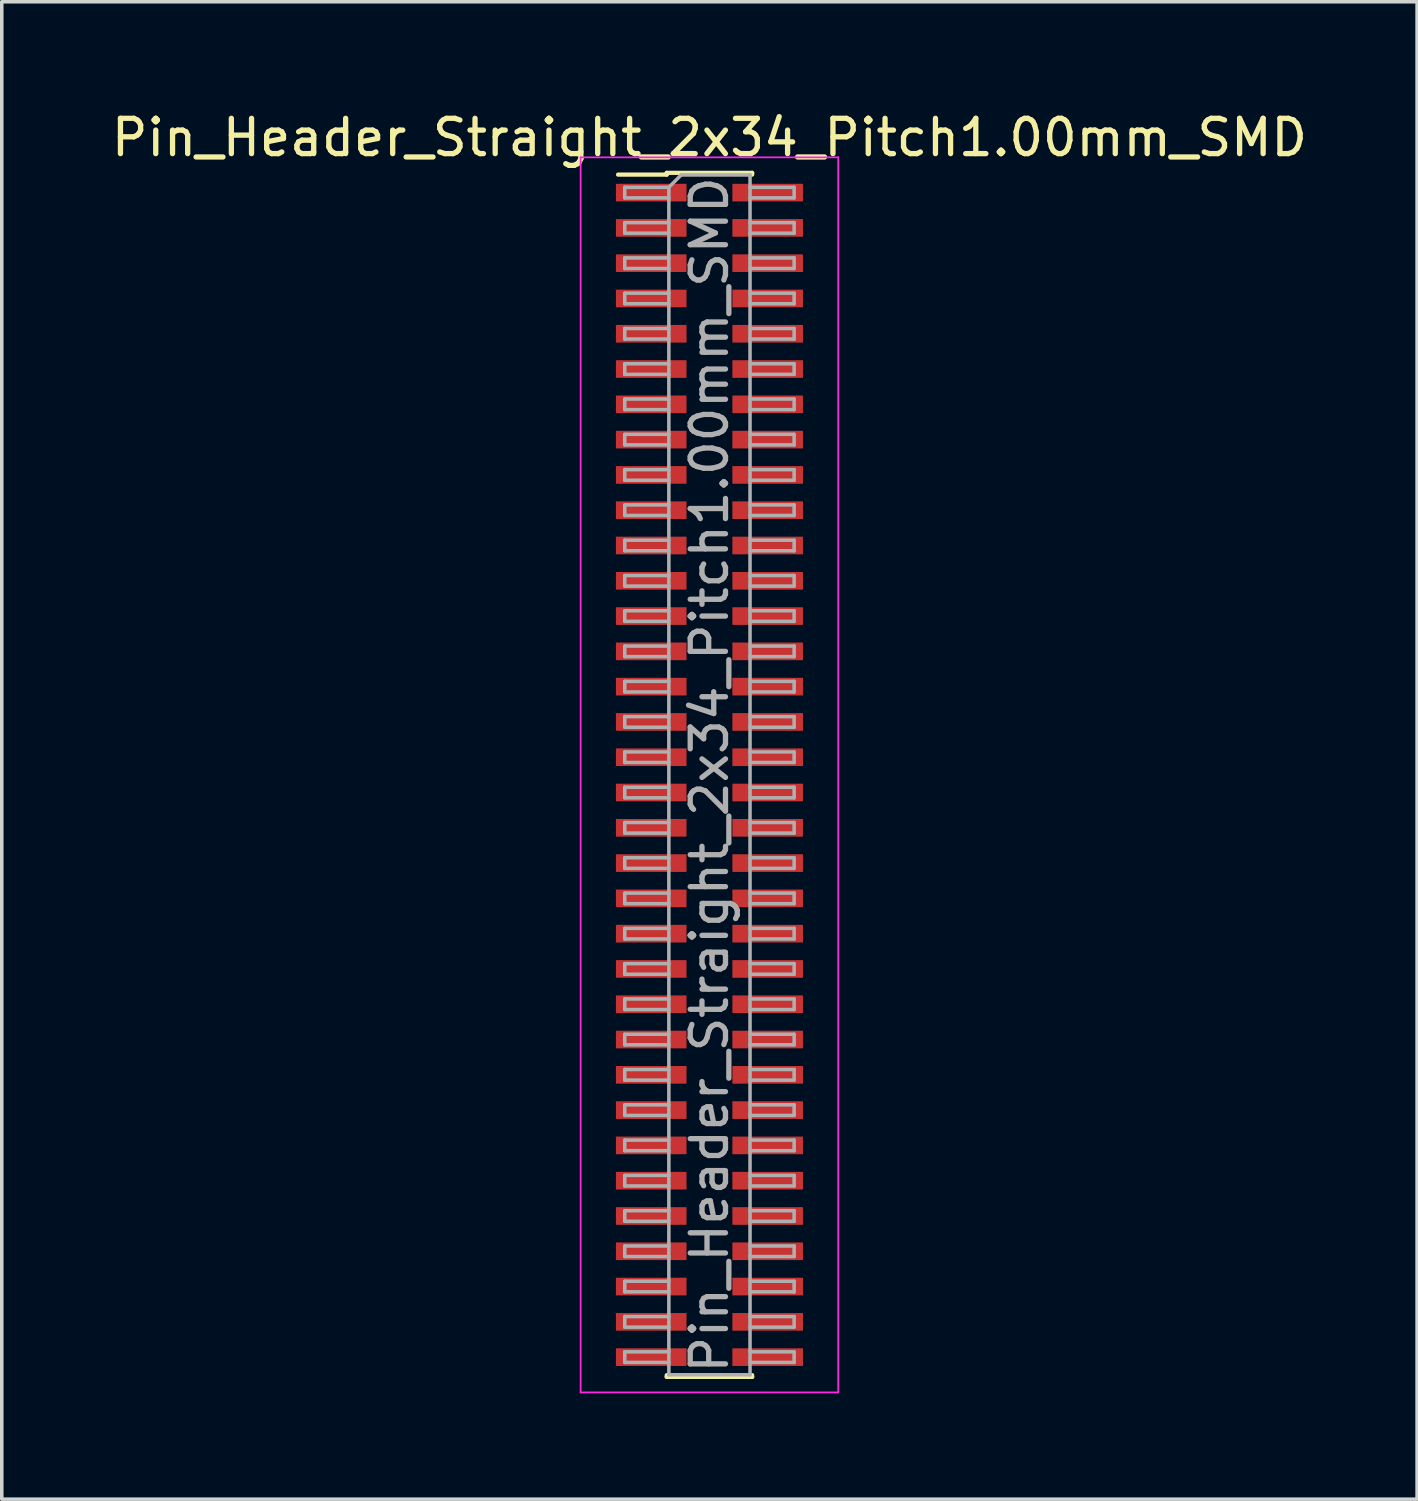
<source format=kicad_pcb>
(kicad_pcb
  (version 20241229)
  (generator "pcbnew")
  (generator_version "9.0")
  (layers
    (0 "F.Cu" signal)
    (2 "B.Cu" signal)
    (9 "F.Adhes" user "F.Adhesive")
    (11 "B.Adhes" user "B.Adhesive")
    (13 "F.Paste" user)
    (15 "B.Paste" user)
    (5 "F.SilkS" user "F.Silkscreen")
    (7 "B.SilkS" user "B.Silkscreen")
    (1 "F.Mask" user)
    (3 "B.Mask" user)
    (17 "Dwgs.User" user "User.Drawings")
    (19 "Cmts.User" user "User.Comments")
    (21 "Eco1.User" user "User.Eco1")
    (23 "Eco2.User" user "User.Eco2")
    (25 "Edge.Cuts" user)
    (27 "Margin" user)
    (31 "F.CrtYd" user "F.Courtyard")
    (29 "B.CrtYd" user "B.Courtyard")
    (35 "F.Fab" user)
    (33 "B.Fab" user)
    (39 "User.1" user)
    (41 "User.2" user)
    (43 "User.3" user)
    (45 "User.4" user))
  (footprint "Pin_Header_Straight_2x34_Pitch1.00mm_SMD"
    (layer "F.Cu")
    (at 17.054 18.908)
    (property "Reference" "Pin_Header_Straight_2x34_Pitch1.00mm_SMD" (at 0 -18.06 0) (layer "F.SilkS") (effects (font (size 1 1) (thickness 0.15))))
    (attr smd)
    (fp_line (start -2.59 -17.01) (end -1.21 -17.01) (stroke (width 0.12) (type solid)) (layer "F.SilkS"))
    (fp_line (start -1.21 -17.06) (end -1.21 -17.01) (stroke (width 0.12) (type solid)) (layer "F.SilkS"))
    (fp_line (start -1.21 -17.06) (end 1.21 -17.06) (stroke (width 0.12) (type solid)) (layer "F.SilkS"))
    (fp_line (start -1.21 17.01) (end -1.21 17.06) (stroke (width 0.12) (type solid)) (layer "F.SilkS"))
    (fp_line (start -1.21 17.06) (end 1.21 17.06) (stroke (width 0.12) (type solid)) (layer "F.SilkS"))
    (fp_line (start 1.21 -17.06) (end 1.21 -17.01) (stroke (width 0.12) (type solid)) (layer "F.SilkS"))
    (fp_line (start 1.21 17.01) (end 1.21 17.06) (stroke (width 0.12) (type solid)) (layer "F.SilkS"))
    (fp_line (start -3.65 -17.5) (end -3.65 17.5) (stroke (width 0.05) (type solid)) (layer "F.CrtYd"))
    (fp_line (start -3.65 17.5) (end 3.65 17.5) (stroke (width 0.05) (type solid)) (layer "F.CrtYd"))
    (fp_line (start 3.65 -17.5) (end -3.65 -17.5) (stroke (width 0.05) (type solid)) (layer "F.CrtYd"))
    (fp_line (start 3.65 17.5) (end 3.65 -17.5) (stroke (width 0.05) (type solid)) (layer "F.CrtYd"))
    (fp_line (start -2.4 -16.65) (end -2.4 -16.35) (stroke (width 0.1) (type solid)) (layer "F.Fab"))
    (fp_line (start -2.4 -16.35) (end -1.15 -16.35) (stroke (width 0.1) (type solid)) (layer "F.Fab"))
    (fp_line (start -2.4 -15.65) (end -2.4 -15.35) (stroke (width 0.1) (type solid)) (layer "F.Fab"))
    (fp_line (start -2.4 -15.35) (end -1.15 -15.35) (stroke (width 0.1) (type solid)) (layer "F.Fab"))
    (fp_line (start -2.4 -14.65) (end -2.4 -14.35) (stroke (width 0.1) (type solid)) (layer "F.Fab"))
    (fp_line (start -2.4 -14.35) (end -1.15 -14.35) (stroke (width 0.1) (type solid)) (layer "F.Fab"))
    (fp_line (start -2.4 -13.65) (end -2.4 -13.35) (stroke (width 0.1) (type solid)) (layer "F.Fab"))
    (fp_line (start -2.4 -13.35) (end -1.15 -13.35) (stroke (width 0.1) (type solid)) (layer "F.Fab"))
    (fp_line (start -2.4 -12.65) (end -2.4 -12.35) (stroke (width 0.1) (type solid)) (layer "F.Fab"))
    (fp_line (start -2.4 -12.35) (end -1.15 -12.35) (stroke (width 0.1) (type solid)) (layer "F.Fab"))
    (fp_line (start -2.4 -11.65) (end -2.4 -11.35) (stroke (width 0.1) (type solid)) (layer "F.Fab"))
    (fp_line (start -2.4 -11.35) (end -1.15 -11.35) (stroke (width 0.1) (type solid)) (layer "F.Fab"))
    (fp_line (start -2.4 -10.65) (end -2.4 -10.35) (stroke (width 0.1) (type solid)) (layer "F.Fab"))
    (fp_line (start -2.4 -10.35) (end -1.15 -10.35) (stroke (width 0.1) (type solid)) (layer "F.Fab"))
    (fp_line (start -2.4 -9.65) (end -2.4 -9.35) (stroke (width 0.1) (type solid)) (layer "F.Fab"))
    (fp_line (start -2.4 -9.35) (end -1.15 -9.35) (stroke (width 0.1) (type solid)) (layer "F.Fab"))
    (fp_line (start -2.4 -8.65) (end -2.4 -8.35) (stroke (width 0.1) (type solid)) (layer "F.Fab"))
    (fp_line (start -2.4 -8.35) (end -1.15 -8.35) (stroke (width 0.1) (type solid)) (layer "F.Fab"))
    (fp_line (start -2.4 -7.65) (end -2.4 -7.35) (stroke (width 0.1) (type solid)) (layer "F.Fab"))
    (fp_line (start -2.4 -7.35) (end -1.15 -7.35) (stroke (width 0.1) (type solid)) (layer "F.Fab"))
    (fp_line (start -2.4 -6.65) (end -2.4 -6.35) (stroke (width 0.1) (type solid)) (layer "F.Fab"))
    (fp_line (start -2.4 -6.35) (end -1.15 -6.35) (stroke (width 0.1) (type solid)) (layer "F.Fab"))
    (fp_line (start -2.4 -5.65) (end -2.4 -5.35) (stroke (width 0.1) (type solid)) (layer "F.Fab"))
    (fp_line (start -2.4 -5.35) (end -1.15 -5.35) (stroke (width 0.1) (type solid)) (layer "F.Fab"))
    (fp_line (start -2.4 -4.65) (end -2.4 -4.35) (stroke (width 0.1) (type solid)) (layer "F.Fab"))
    (fp_line (start -2.4 -4.35) (end -1.15 -4.35) (stroke (width 0.1) (type solid)) (layer "F.Fab"))
    (fp_line (start -2.4 -3.65) (end -2.4 -3.35) (stroke (width 0.1) (type solid)) (layer "F.Fab"))
    (fp_line (start -2.4 -3.35) (end -1.15 -3.35) (stroke (width 0.1) (type solid)) (layer "F.Fab"))
    (fp_line (start -2.4 -2.65) (end -2.4 -2.35) (stroke (width 0.1) (type solid)) (layer "F.Fab"))
    (fp_line (start -2.4 -2.35) (end -1.15 -2.35) (stroke (width 0.1) (type solid)) (layer "F.Fab"))
    (fp_line (start -2.4 -1.65) (end -2.4 -1.35) (stroke (width 0.1) (type solid)) (layer "F.Fab"))
    (fp_line (start -2.4 -1.35) (end -1.15 -1.35) (stroke (width 0.1) (type solid)) (layer "F.Fab"))
    (fp_line (start -2.4 -0.65) (end -2.4 -0.35) (stroke (width 0.1) (type solid)) (layer "F.Fab"))
    (fp_line (start -2.4 -0.35) (end -1.15 -0.35) (stroke (width 0.1) (type solid)) (layer "F.Fab"))
    (fp_line (start -2.4 0.35) (end -2.4 0.65) (stroke (width 0.1) (type solid)) (layer "F.Fab"))
    (fp_line (start -2.4 0.65) (end -1.15 0.65) (stroke (width 0.1) (type solid)) (layer "F.Fab"))
    (fp_line (start -2.4 1.35) (end -2.4 1.65) (stroke (width 0.1) (type solid)) (layer "F.Fab"))
    (fp_line (start -2.4 1.65) (end -1.15 1.65) (stroke (width 0.1) (type solid)) (layer "F.Fab"))
    (fp_line (start -2.4 2.35) (end -2.4 2.65) (stroke (width 0.1) (type solid)) (layer "F.Fab"))
    (fp_line (start -2.4 2.65) (end -1.15 2.65) (stroke (width 0.1) (type solid)) (layer "F.Fab"))
    (fp_line (start -2.4 3.35) (end -2.4 3.65) (stroke (width 0.1) (type solid)) (layer "F.Fab"))
    (fp_line (start -2.4 3.65) (end -1.15 3.65) (stroke (width 0.1) (type solid)) (layer "F.Fab"))
    (fp_line (start -2.4 4.35) (end -2.4 4.65) (stroke (width 0.1) (type solid)) (layer "F.Fab"))
    (fp_line (start -2.4 4.65) (end -1.15 4.65) (stroke (width 0.1) (type solid)) (layer "F.Fab"))
    (fp_line (start -2.4 5.35) (end -2.4 5.65) (stroke (width 0.1) (type solid)) (layer "F.Fab"))
    (fp_line (start -2.4 5.65) (end -1.15 5.65) (stroke (width 0.1) (type solid)) (layer "F.Fab"))
    (fp_line (start -2.4 6.35) (end -2.4 6.65) (stroke (width 0.1) (type solid)) (layer "F.Fab"))
    (fp_line (start -2.4 6.65) (end -1.15 6.65) (stroke (width 0.1) (type solid)) (layer "F.Fab"))
    (fp_line (start -2.4 7.35) (end -2.4 7.65) (stroke (width 0.1) (type solid)) (layer "F.Fab"))
    (fp_line (start -2.4 7.65) (end -1.15 7.65) (stroke (width 0.1) (type solid)) (layer "F.Fab"))
    (fp_line (start -2.4 8.35) (end -2.4 8.65) (stroke (width 0.1) (type solid)) (layer "F.Fab"))
    (fp_line (start -2.4 8.65) (end -1.15 8.65) (stroke (width 0.1) (type solid)) (layer "F.Fab"))
    (fp_line (start -2.4 9.35) (end -2.4 9.65) (stroke (width 0.1) (type solid)) (layer "F.Fab"))
    (fp_line (start -2.4 9.65) (end -1.15 9.65) (stroke (width 0.1) (type solid)) (layer "F.Fab"))
    (fp_line (start -2.4 10.35) (end -2.4 10.65) (stroke (width 0.1) (type solid)) (layer "F.Fab"))
    (fp_line (start -2.4 10.65) (end -1.15 10.65) (stroke (width 0.1) (type solid)) (layer "F.Fab"))
    (fp_line (start -2.4 11.35) (end -2.4 11.65) (stroke (width 0.1) (type solid)) (layer "F.Fab"))
    (fp_line (start -2.4 11.65) (end -1.15 11.65) (stroke (width 0.1) (type solid)) (layer "F.Fab"))
    (fp_line (start -2.4 12.35) (end -2.4 12.65) (stroke (width 0.1) (type solid)) (layer "F.Fab"))
    (fp_line (start -2.4 12.65) (end -1.15 12.65) (stroke (width 0.1) (type solid)) (layer "F.Fab"))
    (fp_line (start -2.4 13.35) (end -2.4 13.65) (stroke (width 0.1) (type solid)) (layer "F.Fab"))
    (fp_line (start -2.4 13.65) (end -1.15 13.65) (stroke (width 0.1) (type solid)) (layer "F.Fab"))
    (fp_line (start -2.4 14.35) (end -2.4 14.65) (stroke (width 0.1) (type solid)) (layer "F.Fab"))
    (fp_line (start -2.4 14.65) (end -1.15 14.65) (stroke (width 0.1) (type solid)) (layer "F.Fab"))
    (fp_line (start -2.4 15.35) (end -2.4 15.65) (stroke (width 0.1) (type solid)) (layer "F.Fab"))
    (fp_line (start -2.4 15.65) (end -1.15 15.65) (stroke (width 0.1) (type solid)) (layer "F.Fab"))
    (fp_line (start -2.4 16.35) (end -2.4 16.65) (stroke (width 0.1) (type solid)) (layer "F.Fab"))
    (fp_line (start -2.4 16.65) (end -1.15 16.65) (stroke (width 0.1) (type solid)) (layer "F.Fab"))
    (fp_line (start -1.15 -16.65) (end -2.4 -16.65) (stroke (width 0.1) (type solid)) (layer "F.Fab"))
    (fp_line (start -1.15 -16.65) (end -0.8 -17) (stroke (width 0.1) (type solid)) (layer "F.Fab"))
    (fp_line (start -1.15 -15.65) (end -2.4 -15.65) (stroke (width 0.1) (type solid)) (layer "F.Fab"))
    (fp_line (start -1.15 -14.65) (end -2.4 -14.65) (stroke (width 0.1) (type solid)) (layer "F.Fab"))
    (fp_line (start -1.15 -13.65) (end -2.4 -13.65) (stroke (width 0.1) (type solid)) (layer "F.Fab"))
    (fp_line (start -1.15 -12.65) (end -2.4 -12.65) (stroke (width 0.1) (type solid)) (layer "F.Fab"))
    (fp_line (start -1.15 -11.65) (end -2.4 -11.65) (stroke (width 0.1) (type solid)) (layer "F.Fab"))
    (fp_line (start -1.15 -10.65) (end -2.4 -10.65) (stroke (width 0.1) (type solid)) (layer "F.Fab"))
    (fp_line (start -1.15 -9.65) (end -2.4 -9.65) (stroke (width 0.1) (type solid)) (layer "F.Fab"))
    (fp_line (start -1.15 -8.65) (end -2.4 -8.65) (stroke (width 0.1) (type solid)) (layer "F.Fab"))
    (fp_line (start -1.15 -7.65) (end -2.4 -7.65) (stroke (width 0.1) (type solid)) (layer "F.Fab"))
    (fp_line (start -1.15 -6.65) (end -2.4 -6.65) (stroke (width 0.1) (type solid)) (layer "F.Fab"))
    (fp_line (start -1.15 -5.65) (end -2.4 -5.65) (stroke (width 0.1) (type solid)) (layer "F.Fab"))
    (fp_line (start -1.15 -4.65) (end -2.4 -4.65) (stroke (width 0.1) (type solid)) (layer "F.Fab"))
    (fp_line (start -1.15 -3.65) (end -2.4 -3.65) (stroke (width 0.1) (type solid)) (layer "F.Fab"))
    (fp_line (start -1.15 -2.65) (end -2.4 -2.65) (stroke (width 0.1) (type solid)) (layer "F.Fab"))
    (fp_line (start -1.15 -1.65) (end -2.4 -1.65) (stroke (width 0.1) (type solid)) (layer "F.Fab"))
    (fp_line (start -1.15 -0.65) (end -2.4 -0.65) (stroke (width 0.1) (type solid)) (layer "F.Fab"))
    (fp_line (start -1.15 0.35) (end -2.4 0.35) (stroke (width 0.1) (type solid)) (layer "F.Fab"))
    (fp_line (start -1.15 1.35) (end -2.4 1.35) (stroke (width 0.1) (type solid)) (layer "F.Fab"))
    (fp_line (start -1.15 2.35) (end -2.4 2.35) (stroke (width 0.1) (type solid)) (layer "F.Fab"))
    (fp_line (start -1.15 3.35) (end -2.4 3.35) (stroke (width 0.1) (type solid)) (layer "F.Fab"))
    (fp_line (start -1.15 4.35) (end -2.4 4.35) (stroke (width 0.1) (type solid)) (layer "F.Fab"))
    (fp_line (start -1.15 5.35) (end -2.4 5.35) (stroke (width 0.1) (type solid)) (layer "F.Fab"))
    (fp_line (start -1.15 6.35) (end -2.4 6.35) (stroke (width 0.1) (type solid)) (layer "F.Fab"))
    (fp_line (start -1.15 7.35) (end -2.4 7.35) (stroke (width 0.1) (type solid)) (layer "F.Fab"))
    (fp_line (start -1.15 8.35) (end -2.4 8.35) (stroke (width 0.1) (type solid)) (layer "F.Fab"))
    (fp_line (start -1.15 9.35) (end -2.4 9.35) (stroke (width 0.1) (type solid)) (layer "F.Fab"))
    (fp_line (start -1.15 10.35) (end -2.4 10.35) (stroke (width 0.1) (type solid)) (layer "F.Fab"))
    (fp_line (start -1.15 11.35) (end -2.4 11.35) (stroke (width 0.1) (type solid)) (layer "F.Fab"))
    (fp_line (start -1.15 12.35) (end -2.4 12.35) (stroke (width 0.1) (type solid)) (layer "F.Fab"))
    (fp_line (start -1.15 13.35) (end -2.4 13.35) (stroke (width 0.1) (type solid)) (layer "F.Fab"))
    (fp_line (start -1.15 14.35) (end -2.4 14.35) (stroke (width 0.1) (type solid)) (layer "F.Fab"))
    (fp_line (start -1.15 15.35) (end -2.4 15.35) (stroke (width 0.1) (type solid)) (layer "F.Fab"))
    (fp_line (start -1.15 16.35) (end -2.4 16.35) (stroke (width 0.1) (type solid)) (layer "F.Fab"))
    (fp_line (start -1.15 17) (end -1.15 -16.65) (stroke (width 0.1) (type solid)) (layer "F.Fab"))
    (fp_line (start -0.8 -17) (end 1.15 -17) (stroke (width 0.1) (type solid)) (layer "F.Fab"))
    (fp_line (start 1.15 -17) (end 1.15 17) (stroke (width 0.1) (type solid)) (layer "F.Fab"))
    (fp_line (start 1.15 -16.65) (end 2.4 -16.65) (stroke (width 0.1) (type solid)) (layer "F.Fab"))
    (fp_line (start 1.15 -15.65) (end 2.4 -15.65) (stroke (width 0.1) (type solid)) (layer "F.Fab"))
    (fp_line (start 1.15 -14.65) (end 2.4 -14.65) (stroke (width 0.1) (type solid)) (layer "F.Fab"))
    (fp_line (start 1.15 -13.65) (end 2.4 -13.65) (stroke (width 0.1) (type solid)) (layer "F.Fab"))
    (fp_line (start 1.15 -12.65) (end 2.4 -12.65) (stroke (width 0.1) (type solid)) (layer "F.Fab"))
    (fp_line (start 1.15 -11.65) (end 2.4 -11.65) (stroke (width 0.1) (type solid)) (layer "F.Fab"))
    (fp_line (start 1.15 -10.65) (end 2.4 -10.65) (stroke (width 0.1) (type solid)) (layer "F.Fab"))
    (fp_line (start 1.15 -9.65) (end 2.4 -9.65) (stroke (width 0.1) (type solid)) (layer "F.Fab"))
    (fp_line (start 1.15 -8.65) (end 2.4 -8.65) (stroke (width 0.1) (type solid)) (layer "F.Fab"))
    (fp_line (start 1.15 -7.65) (end 2.4 -7.65) (stroke (width 0.1) (type solid)) (layer "F.Fab"))
    (fp_line (start 1.15 -6.65) (end 2.4 -6.65) (stroke (width 0.1) (type solid)) (layer "F.Fab"))
    (fp_line (start 1.15 -5.65) (end 2.4 -5.65) (stroke (width 0.1) (type solid)) (layer "F.Fab"))
    (fp_line (start 1.15 -4.65) (end 2.4 -4.65) (stroke (width 0.1) (type solid)) (layer "F.Fab"))
    (fp_line (start 1.15 -3.65) (end 2.4 -3.65) (stroke (width 0.1) (type solid)) (layer "F.Fab"))
    (fp_line (start 1.15 -2.65) (end 2.4 -2.65) (stroke (width 0.1) (type solid)) (layer "F.Fab"))
    (fp_line (start 1.15 -1.65) (end 2.4 -1.65) (stroke (width 0.1) (type solid)) (layer "F.Fab"))
    (fp_line (start 1.15 -0.65) (end 2.4 -0.65) (stroke (width 0.1) (type solid)) (layer "F.Fab"))
    (fp_line (start 1.15 0.35) (end 2.4 0.35) (stroke (width 0.1) (type solid)) (layer "F.Fab"))
    (fp_line (start 1.15 1.35) (end 2.4 1.35) (stroke (width 0.1) (type solid)) (layer "F.Fab"))
    (fp_line (start 1.15 2.35) (end 2.4 2.35) (stroke (width 0.1) (type solid)) (layer "F.Fab"))
    (fp_line (start 1.15 3.35) (end 2.4 3.35) (stroke (width 0.1) (type solid)) (layer "F.Fab"))
    (fp_line (start 1.15 4.35) (end 2.4 4.35) (stroke (width 0.1) (type solid)) (layer "F.Fab"))
    (fp_line (start 1.15 5.35) (end 2.4 5.35) (stroke (width 0.1) (type solid)) (layer "F.Fab"))
    (fp_line (start 1.15 6.35) (end 2.4 6.35) (stroke (width 0.1) (type solid)) (layer "F.Fab"))
    (fp_line (start 1.15 7.35) (end 2.4 7.35) (stroke (width 0.1) (type solid)) (layer "F.Fab"))
    (fp_line (start 1.15 8.35) (end 2.4 8.35) (stroke (width 0.1) (type solid)) (layer "F.Fab"))
    (fp_line (start 1.15 9.35) (end 2.4 9.35) (stroke (width 0.1) (type solid)) (layer "F.Fab"))
    (fp_line (start 1.15 10.35) (end 2.4 10.35) (stroke (width 0.1) (type solid)) (layer "F.Fab"))
    (fp_line (start 1.15 11.35) (end 2.4 11.35) (stroke (width 0.1) (type solid)) (layer "F.Fab"))
    (fp_line (start 1.15 12.35) (end 2.4 12.35) (stroke (width 0.1) (type solid)) (layer "F.Fab"))
    (fp_line (start 1.15 13.35) (end 2.4 13.35) (stroke (width 0.1) (type solid)) (layer "F.Fab"))
    (fp_line (start 1.15 14.35) (end 2.4 14.35) (stroke (width 0.1) (type solid)) (layer "F.Fab"))
    (fp_line (start 1.15 15.35) (end 2.4 15.35) (stroke (width 0.1) (type solid)) (layer "F.Fab"))
    (fp_line (start 1.15 16.35) (end 2.4 16.35) (stroke (width 0.1) (type solid)) (layer "F.Fab"))
    (fp_line (start 1.15 17) (end -1.15 17) (stroke (width 0.1) (type solid)) (layer "F.Fab"))
    (fp_line (start 2.4 -16.65) (end 2.4 -16.35) (stroke (width 0.1) (type solid)) (layer "F.Fab"))
    (fp_line (start 2.4 -16.35) (end 1.15 -16.35) (stroke (width 0.1) (type solid)) (layer "F.Fab"))
    (fp_line (start 2.4 -15.65) (end 2.4 -15.35) (stroke (width 0.1) (type solid)) (layer "F.Fab"))
    (fp_line (start 2.4 -15.35) (end 1.15 -15.35) (stroke (width 0.1) (type solid)) (layer "F.Fab"))
    (fp_line (start 2.4 -14.65) (end 2.4 -14.35) (stroke (width 0.1) (type solid)) (layer "F.Fab"))
    (fp_line (start 2.4 -14.35) (end 1.15 -14.35) (stroke (width 0.1) (type solid)) (layer "F.Fab"))
    (fp_line (start 2.4 -13.65) (end 2.4 -13.35) (stroke (width 0.1) (type solid)) (layer "F.Fab"))
    (fp_line (start 2.4 -13.35) (end 1.15 -13.35) (stroke (width 0.1) (type solid)) (layer "F.Fab"))
    (fp_line (start 2.4 -12.65) (end 2.4 -12.35) (stroke (width 0.1) (type solid)) (layer "F.Fab"))
    (fp_line (start 2.4 -12.35) (end 1.15 -12.35) (stroke (width 0.1) (type solid)) (layer "F.Fab"))
    (fp_line (start 2.4 -11.65) (end 2.4 -11.35) (stroke (width 0.1) (type solid)) (layer "F.Fab"))
    (fp_line (start 2.4 -11.35) (end 1.15 -11.35) (stroke (width 0.1) (type solid)) (layer "F.Fab"))
    (fp_line (start 2.4 -10.65) (end 2.4 -10.35) (stroke (width 0.1) (type solid)) (layer "F.Fab"))
    (fp_line (start 2.4 -10.35) (end 1.15 -10.35) (stroke (width 0.1) (type solid)) (layer "F.Fab"))
    (fp_line (start 2.4 -9.65) (end 2.4 -9.35) (stroke (width 0.1) (type solid)) (layer "F.Fab"))
    (fp_line (start 2.4 -9.35) (end 1.15 -9.35) (stroke (width 0.1) (type solid)) (layer "F.Fab"))
    (fp_line (start 2.4 -8.65) (end 2.4 -8.35) (stroke (width 0.1) (type solid)) (layer "F.Fab"))
    (fp_line (start 2.4 -8.35) (end 1.15 -8.35) (stroke (width 0.1) (type solid)) (layer "F.Fab"))
    (fp_line (start 2.4 -7.65) (end 2.4 -7.35) (stroke (width 0.1) (type solid)) (layer "F.Fab"))
    (fp_line (start 2.4 -7.35) (end 1.15 -7.35) (stroke (width 0.1) (type solid)) (layer "F.Fab"))
    (fp_line (start 2.4 -6.65) (end 2.4 -6.35) (stroke (width 0.1) (type solid)) (layer "F.Fab"))
    (fp_line (start 2.4 -6.35) (end 1.15 -6.35) (stroke (width 0.1) (type solid)) (layer "F.Fab"))
    (fp_line (start 2.4 -5.65) (end 2.4 -5.35) (stroke (width 0.1) (type solid)) (layer "F.Fab"))
    (fp_line (start 2.4 -5.35) (end 1.15 -5.35) (stroke (width 0.1) (type solid)) (layer "F.Fab"))
    (fp_line (start 2.4 -4.65) (end 2.4 -4.35) (stroke (width 0.1) (type solid)) (layer "F.Fab"))
    (fp_line (start 2.4 -4.35) (end 1.15 -4.35) (stroke (width 0.1) (type solid)) (layer "F.Fab"))
    (fp_line (start 2.4 -3.65) (end 2.4 -3.35) (stroke (width 0.1) (type solid)) (layer "F.Fab"))
    (fp_line (start 2.4 -3.35) (end 1.15 -3.35) (stroke (width 0.1) (type solid)) (layer "F.Fab"))
    (fp_line (start 2.4 -2.65) (end 2.4 -2.35) (stroke (width 0.1) (type solid)) (layer "F.Fab"))
    (fp_line (start 2.4 -2.35) (end 1.15 -2.35) (stroke (width 0.1) (type solid)) (layer "F.Fab"))
    (fp_line (start 2.4 -1.65) (end 2.4 -1.35) (stroke (width 0.1) (type solid)) (layer "F.Fab"))
    (fp_line (start 2.4 -1.35) (end 1.15 -1.35) (stroke (width 0.1) (type solid)) (layer "F.Fab"))
    (fp_line (start 2.4 -0.65) (end 2.4 -0.35) (stroke (width 0.1) (type solid)) (layer "F.Fab"))
    (fp_line (start 2.4 -0.35) (end 1.15 -0.35) (stroke (width 0.1) (type solid)) (layer "F.Fab"))
    (fp_line (start 2.4 0.35) (end 2.4 0.65) (stroke (width 0.1) (type solid)) (layer "F.Fab"))
    (fp_line (start 2.4 0.65) (end 1.15 0.65) (stroke (width 0.1) (type solid)) (layer "F.Fab"))
    (fp_line (start 2.4 1.35) (end 2.4 1.65) (stroke (width 0.1) (type solid)) (layer "F.Fab"))
    (fp_line (start 2.4 1.65) (end 1.15 1.65) (stroke (width 0.1) (type solid)) (layer "F.Fab"))
    (fp_line (start 2.4 2.35) (end 2.4 2.65) (stroke (width 0.1) (type solid)) (layer "F.Fab"))
    (fp_line (start 2.4 2.65) (end 1.15 2.65) (stroke (width 0.1) (type solid)) (layer "F.Fab"))
    (fp_line (start 2.4 3.35) (end 2.4 3.65) (stroke (width 0.1) (type solid)) (layer "F.Fab"))
    (fp_line (start 2.4 3.65) (end 1.15 3.65) (stroke (width 0.1) (type solid)) (layer "F.Fab"))
    (fp_line (start 2.4 4.35) (end 2.4 4.65) (stroke (width 0.1) (type solid)) (layer "F.Fab"))
    (fp_line (start 2.4 4.65) (end 1.15 4.65) (stroke (width 0.1) (type solid)) (layer "F.Fab"))
    (fp_line (start 2.4 5.35) (end 2.4 5.65) (stroke (width 0.1) (type solid)) (layer "F.Fab"))
    (fp_line (start 2.4 5.65) (end 1.15 5.65) (stroke (width 0.1) (type solid)) (layer "F.Fab"))
    (fp_line (start 2.4 6.35) (end 2.4 6.65) (stroke (width 0.1) (type solid)) (layer "F.Fab"))
    (fp_line (start 2.4 6.65) (end 1.15 6.65) (stroke (width 0.1) (type solid)) (layer "F.Fab"))
    (fp_line (start 2.4 7.35) (end 2.4 7.65) (stroke (width 0.1) (type solid)) (layer "F.Fab"))
    (fp_line (start 2.4 7.65) (end 1.15 7.65) (stroke (width 0.1) (type solid)) (layer "F.Fab"))
    (fp_line (start 2.4 8.35) (end 2.4 8.65) (stroke (width 0.1) (type solid)) (layer "F.Fab"))
    (fp_line (start 2.4 8.65) (end 1.15 8.65) (stroke (width 0.1) (type solid)) (layer "F.Fab"))
    (fp_line (start 2.4 9.35) (end 2.4 9.65) (stroke (width 0.1) (type solid)) (layer "F.Fab"))
    (fp_line (start 2.4 9.65) (end 1.15 9.65) (stroke (width 0.1) (type solid)) (layer "F.Fab"))
    (fp_line (start 2.4 10.35) (end 2.4 10.65) (stroke (width 0.1) (type solid)) (layer "F.Fab"))
    (fp_line (start 2.4 10.65) (end 1.15 10.65) (stroke (width 0.1) (type solid)) (layer "F.Fab"))
    (fp_line (start 2.4 11.35) (end 2.4 11.65) (stroke (width 0.1) (type solid)) (layer "F.Fab"))
    (fp_line (start 2.4 11.65) (end 1.15 11.65) (stroke (width 0.1) (type solid)) (layer "F.Fab"))
    (fp_line (start 2.4 12.35) (end 2.4 12.65) (stroke (width 0.1) (type solid)) (layer "F.Fab"))
    (fp_line (start 2.4 12.65) (end 1.15 12.65) (stroke (width 0.1) (type solid)) (layer "F.Fab"))
    (fp_line (start 2.4 13.35) (end 2.4 13.65) (stroke (width 0.1) (type solid)) (layer "F.Fab"))
    (fp_line (start 2.4 13.65) (end 1.15 13.65) (stroke (width 0.1) (type solid)) (layer "F.Fab"))
    (fp_line (start 2.4 14.35) (end 2.4 14.65) (stroke (width 0.1) (type solid)) (layer "F.Fab"))
    (fp_line (start 2.4 14.65) (end 1.15 14.65) (stroke (width 0.1) (type solid)) (layer "F.Fab"))
    (fp_line (start 2.4 15.35) (end 2.4 15.65) (stroke (width 0.1) (type solid)) (layer "F.Fab"))
    (fp_line (start 2.4 15.65) (end 1.15 15.65) (stroke (width 0.1) (type solid)) (layer "F.Fab"))
    (fp_line (start 2.4 16.35) (end 2.4 16.65) (stroke (width 0.1) (type solid)) (layer "F.Fab"))
    (fp_line (start 2.4 16.65) (end 1.15 16.65) (stroke (width 0.1) (type solid)) (layer "F.Fab"))
    (fp_text user "${REFERENCE}" (at 0 0 90) (layer "F.Fab") (effects (font (size 1 1) (thickness 0.15))))
    (pad "1" smd rect (at -1.65 -16.5) (size 2 0.5) (layers "F.Cu" "F.Mask" "F.Paste"))
    (pad "2" smd rect (at 1.65 -16.5) (size 2 0.5) (layers "F.Cu" "F.Mask" "F.Paste"))
    (pad "3" smd rect (at -1.65 -15.5) (size 2 0.5) (layers "F.Cu" "F.Mask" "F.Paste"))
    (pad "4" smd rect (at 1.65 -15.5) (size 2 0.5) (layers "F.Cu" "F.Mask" "F.Paste"))
    (pad "5" smd rect (at -1.65 -14.5) (size 2 0.5) (layers "F.Cu" "F.Mask" "F.Paste"))
    (pad "6" smd rect (at 1.65 -14.5) (size 2 0.5) (layers "F.Cu" "F.Mask" "F.Paste"))
    (pad "7" smd rect (at -1.65 -13.5) (size 2 0.5) (layers "F.Cu" "F.Mask" "F.Paste"))
    (pad "8" smd rect (at 1.65 -13.5) (size 2 0.5) (layers "F.Cu" "F.Mask" "F.Paste"))
    (pad "9" smd rect (at -1.65 -12.5) (size 2 0.5) (layers "F.Cu" "F.Mask" "F.Paste"))
    (pad "10" smd rect (at 1.65 -12.5) (size 2 0.5) (layers "F.Cu" "F.Mask" "F.Paste"))
    (pad "11" smd rect (at -1.65 -11.5) (size 2 0.5) (layers "F.Cu" "F.Mask" "F.Paste"))
    (pad "12" smd rect (at 1.65 -11.5) (size 2 0.5) (layers "F.Cu" "F.Mask" "F.Paste"))
    (pad "13" smd rect (at -1.65 -10.5) (size 2 0.5) (layers "F.Cu" "F.Mask" "F.Paste"))
    (pad "14" smd rect (at 1.65 -10.5) (size 2 0.5) (layers "F.Cu" "F.Mask" "F.Paste"))
    (pad "15" smd rect (at -1.65 -9.5) (size 2 0.5) (layers "F.Cu" "F.Mask" "F.Paste"))
    (pad "16" smd rect (at 1.65 -9.5) (size 2 0.5) (layers "F.Cu" "F.Mask" "F.Paste"))
    (pad "17" smd rect (at -1.65 -8.5) (size 2 0.5) (layers "F.Cu" "F.Mask" "F.Paste"))
    (pad "18" smd rect (at 1.65 -8.5) (size 2 0.5) (layers "F.Cu" "F.Mask" "F.Paste"))
    (pad "19" smd rect (at -1.65 -7.5) (size 2 0.5) (layers "F.Cu" "F.Mask" "F.Paste"))
    (pad "20" smd rect (at 1.65 -7.5) (size 2 0.5) (layers "F.Cu" "F.Mask" "F.Paste"))
    (pad "21" smd rect (at -1.65 -6.5) (size 2 0.5) (layers "F.Cu" "F.Mask" "F.Paste"))
    (pad "22" smd rect (at 1.65 -6.5) (size 2 0.5) (layers "F.Cu" "F.Mask" "F.Paste"))
    (pad "23" smd rect (at -1.65 -5.5) (size 2 0.5) (layers "F.Cu" "F.Mask" "F.Paste"))
    (pad "24" smd rect (at 1.65 -5.5) (size 2 0.5) (layers "F.Cu" "F.Mask" "F.Paste"))
    (pad "25" smd rect (at -1.65 -4.5) (size 2 0.5) (layers "F.Cu" "F.Mask" "F.Paste"))
    (pad "26" smd rect (at 1.65 -4.5) (size 2 0.5) (layers "F.Cu" "F.Mask" "F.Paste"))
    (pad "27" smd rect (at -1.65 -3.5) (size 2 0.5) (layers "F.Cu" "F.Mask" "F.Paste"))
    (pad "28" smd rect (at 1.65 -3.5) (size 2 0.5) (layers "F.Cu" "F.Mask" "F.Paste"))
    (pad "29" smd rect (at -1.65 -2.5) (size 2 0.5) (layers "F.Cu" "F.Mask" "F.Paste"))
    (pad "30" smd rect (at 1.65 -2.5) (size 2 0.5) (layers "F.Cu" "F.Mask" "F.Paste"))
    (pad "31" smd rect (at -1.65 -1.5) (size 2 0.5) (layers "F.Cu" "F.Mask" "F.Paste"))
    (pad "32" smd rect (at 1.65 -1.5) (size 2 0.5) (layers "F.Cu" "F.Mask" "F.Paste"))
    (pad "33" smd rect (at -1.65 -0.5) (size 2 0.5) (layers "F.Cu" "F.Mask" "F.Paste"))
    (pad "34" smd rect (at 1.65 -0.5) (size 2 0.5) (layers "F.Cu" "F.Mask" "F.Paste"))
    (pad "35" smd rect (at -1.65 0.5) (size 2 0.5) (layers "F.Cu" "F.Mask" "F.Paste"))
    (pad "36" smd rect (at 1.65 0.5) (size 2 0.5) (layers "F.Cu" "F.Mask" "F.Paste"))
    (pad "37" smd rect (at -1.65 1.5) (size 2 0.5) (layers "F.Cu" "F.Mask" "F.Paste"))
    (pad "38" smd rect (at 1.65 1.5) (size 2 0.5) (layers "F.Cu" "F.Mask" "F.Paste"))
    (pad "39" smd rect (at -1.65 2.5) (size 2 0.5) (layers "F.Cu" "F.Mask" "F.Paste"))
    (pad "40" smd rect (at 1.65 2.5) (size 2 0.5) (layers "F.Cu" "F.Mask" "F.Paste"))
    (pad "41" smd rect (at -1.65 3.5) (size 2 0.5) (layers "F.Cu" "F.Mask" "F.Paste"))
    (pad "42" smd rect (at 1.65 3.5) (size 2 0.5) (layers "F.Cu" "F.Mask" "F.Paste"))
    (pad "43" smd rect (at -1.65 4.5) (size 2 0.5) (layers "F.Cu" "F.Mask" "F.Paste"))
    (pad "44" smd rect (at 1.65 4.5) (size 2 0.5) (layers "F.Cu" "F.Mask" "F.Paste"))
    (pad "45" smd rect (at -1.65 5.5) (size 2 0.5) (layers "F.Cu" "F.Mask" "F.Paste"))
    (pad "46" smd rect (at 1.65 5.5) (size 2 0.5) (layers "F.Cu" "F.Mask" "F.Paste"))
    (pad "47" smd rect (at -1.65 6.5) (size 2 0.5) (layers "F.Cu" "F.Mask" "F.Paste"))
    (pad "48" smd rect (at 1.65 6.5) (size 2 0.5) (layers "F.Cu" "F.Mask" "F.Paste"))
    (pad "49" smd rect (at -1.65 7.5) (size 2 0.5) (layers "F.Cu" "F.Mask" "F.Paste"))
    (pad "50" smd rect (at 1.65 7.5) (size 2 0.5) (layers "F.Cu" "F.Mask" "F.Paste"))
    (pad "51" smd rect (at -1.65 8.5) (size 2 0.5) (layers "F.Cu" "F.Mask" "F.Paste"))
    (pad "52" smd rect (at 1.65 8.5) (size 2 0.5) (layers "F.Cu" "F.Mask" "F.Paste"))
    (pad "53" smd rect (at -1.65 9.5) (size 2 0.5) (layers "F.Cu" "F.Mask" "F.Paste"))
    (pad "54" smd rect (at 1.65 9.5) (size 2 0.5) (layers "F.Cu" "F.Mask" "F.Paste"))
    (pad "55" smd rect (at -1.65 10.5) (size 2 0.5) (layers "F.Cu" "F.Mask" "F.Paste"))
    (pad "56" smd rect (at 1.65 10.5) (size 2 0.5) (layers "F.Cu" "F.Mask" "F.Paste"))
    (pad "57" smd rect (at -1.65 11.5) (size 2 0.5) (layers "F.Cu" "F.Mask" "F.Paste"))
    (pad "58" smd rect (at 1.65 11.5) (size 2 0.5) (layers "F.Cu" "F.Mask" "F.Paste"))
    (pad "59" smd rect (at -1.65 12.5) (size 2 0.5) (layers "F.Cu" "F.Mask" "F.Paste"))
    (pad "60" smd rect (at 1.65 12.5) (size 2 0.5) (layers "F.Cu" "F.Mask" "F.Paste"))
    (pad "61" smd rect (at -1.65 13.5) (size 2 0.5) (layers "F.Cu" "F.Mask" "F.Paste"))
    (pad "62" smd rect (at 1.65 13.5) (size 2 0.5) (layers "F.Cu" "F.Mask" "F.Paste"))
    (pad "63" smd rect (at -1.65 14.5) (size 2 0.5) (layers "F.Cu" "F.Mask" "F.Paste"))
    (pad "64" smd rect (at 1.65 14.5) (size 2 0.5) (layers "F.Cu" "F.Mask" "F.Paste"))
    (pad "65" smd rect (at -1.65 15.5) (size 2 0.5) (layers "F.Cu" "F.Mask" "F.Paste"))
    (pad "66" smd rect (at 1.65 15.5) (size 2 0.5) (layers "F.Cu" "F.Mask" "F.Paste"))
    (pad "67" smd rect (at -1.65 16.5) (size 2 0.5) (layers "F.Cu" "F.Mask" "F.Paste"))
    (pad "68" smd rect (at 1.65 16.5) (size 2 0.5) (layers "F.Cu" "F.Mask" "F.Paste")))
  (gr_rect
    (start -3 -3)
    (end 37.107 39.433)
    (stroke (width 0.1) (type default))
    (fill no)
    (layer "Edge.Cuts")))
</source>
